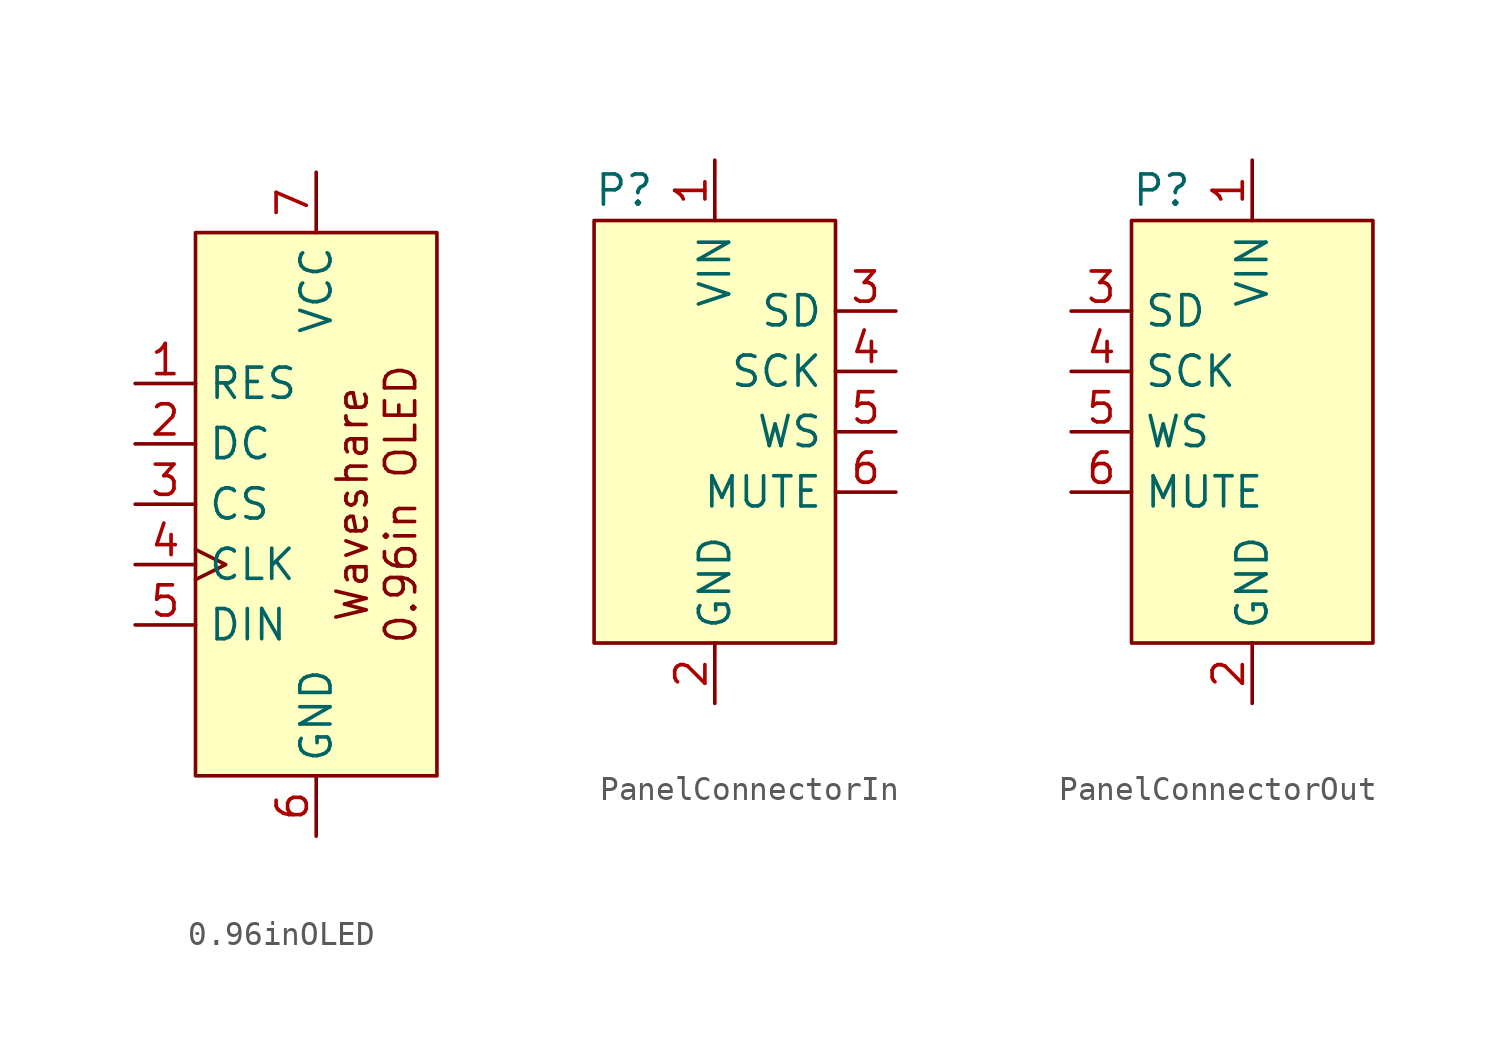
<source format=kicad_sym>
(kicad_symbol_lib
  (version 20220914)
  (generator kicad_symbol_editor)
  (symbol "0.96inOLED"
    (property "Reference" "S"
      (at -3.81 12.7 0)
      (effects (font (size 1.27 1.27)) hide))
    (symbol "0.96inOLED_1_1"
      (rectangle (start -5.08 11.43) (end 5.08 -11.43) (stroke (width 0) (type default)) (fill (type background)))
      (text "Waveshare\n0.96in OLED" (at 2.54 0 900) (effects (font (size 1.27 1.27))))
      (pin power_in line (at -7.62 5.08 0) (length 2.54) (name "RES" (effects (font (size 1.27 1.27)))) (number "1" (effects (font (size 1.27 1.27)))))
      (pin input line (at -7.62 2.54 0) (length 2.54) (name "DC" (effects (font (size 1.27 1.27)))) (number "2" (effects (font (size 1.27 1.27)))))
      (pin input line (at -7.62 0 0) (length 2.54) (name "CS" (effects (font (size 1.27 1.27)))) (number "3" (effects (font (size 1.27 1.27)))))
      (pin input clock (at -7.62 -2.54 0) (length 2.54) (name "CLK" (effects (font (size 1.27 1.27)))) (number "4" (effects (font (size 1.27 1.27)))))
      (pin input line (at -7.62 -5.08 0) (length 2.54) (name "DIN" (effects (font (size 1.27 1.27)))) (number "5" (effects (font (size 1.27 1.27)))))
      (pin input line (at 0 -13.97 90) (length 2.54) (name "GND" (effects (font (size 1.27 1.27)))) (number "6" (effects (font (size 1.27 1.27)))))
      (pin power_in line (at 0 13.97 270) (length 2.54) (name "VCC" (effects (font (size 1.27 1.27)))) (number "7" (effects (font (size 1.27 1.27)))))))
  (symbol "PanelConnectorIn"
    (property "Reference" "P"
      (at -3.81 10.16 0)
      (effects (font (size 1.27 1.27))))
    (property "Value" ""
      (at 0 0 0)
      (effects (font (size 1.27 1.27))))
    (symbol "PanelConnectorIn_1_1"
      (rectangle (start -5.08 8.89) (end 5.08 -8.89) (stroke (width 0) (type default)) (fill (type background)))
      (pin power_in line (at 0 11.43 270) (length 2.54) (name "VIN" (effects (font (size 1.27 1.27)))) (number "1" (effects (font (size 1.27 1.27)))))
      (pin power_in line (at 0 -11.43 90) (length 2.54) (name "GND" (effects (font (size 1.27 1.27)))) (number "2" (effects (font (size 1.27 1.27)))))
      (pin output line (at 7.62 5.08 180) (length 2.54) (name "SD" (effects (font (size 1.27 1.27)))) (number "3" (effects (font (size 1.27 1.27)))))
      (pin output line (at 7.62 2.54 180) (length 2.54) (name "SCK" (effects (font (size 1.27 1.27)))) (number "4" (effects (font (size 1.27 1.27)))))
      (pin output line (at 7.62 0 180) (length 2.54) (name "WS" (effects (font (size 1.27 1.27)))) (number "5" (effects (font (size 1.27 1.27)))))
      (pin bidirectional line (at 7.62 -2.54 180) (length 2.54) (name "MUTE" (effects (font (size 1.27 1.27)))) (number "6" (effects (font (size 1.27 1.27)))))))
  (symbol "PanelConnectorOut"
    (property "Reference" "P"
      (at -3.81 10.16 0)
      (effects (font (size 1.27 1.27))))
    (property "Value" ""
      (at 0 0 0)
      (effects (font (size 1.27 1.27))))
    (symbol "PanelConnectorOut_1_1"
      (rectangle (start -5.08 8.89) (end 5.08 -8.89) (stroke (width 0) (type default)) (fill (type background)))
      (pin power_in line (at 0 11.43 270) (length 2.54) (name "VIN" (effects (font (size 1.27 1.27)))) (number "1" (effects (font (size 1.27 1.27)))))
      (pin power_in line (at 0 -11.43 90) (length 2.54) (name "GND" (effects (font (size 1.27 1.27)))) (number "2" (effects (font (size 1.27 1.27)))))
      (pin input line (at -7.62 5.08 0) (length 2.54) (name "SD" (effects (font (size 1.27 1.27)))) (number "3" (effects (font (size 1.27 1.27)))))
      (pin input line (at -7.62 2.54 0) (length 2.54) (name "SCK" (effects (font (size 1.27 1.27)))) (number "4" (effects (font (size 1.27 1.27)))))
      (pin input line (at -7.62 0 0) (length 2.54) (name "WS" (effects (font (size 1.27 1.27)))) (number "5" (effects (font (size 1.27 1.27)))))
      (pin bidirectional line (at -7.62 -2.54 0) (length 2.54) (name "MUTE" (effects (font (size 1.27 1.27)))) (number "6" (effects (font (size 1.27 1.27))))))))
</source>
